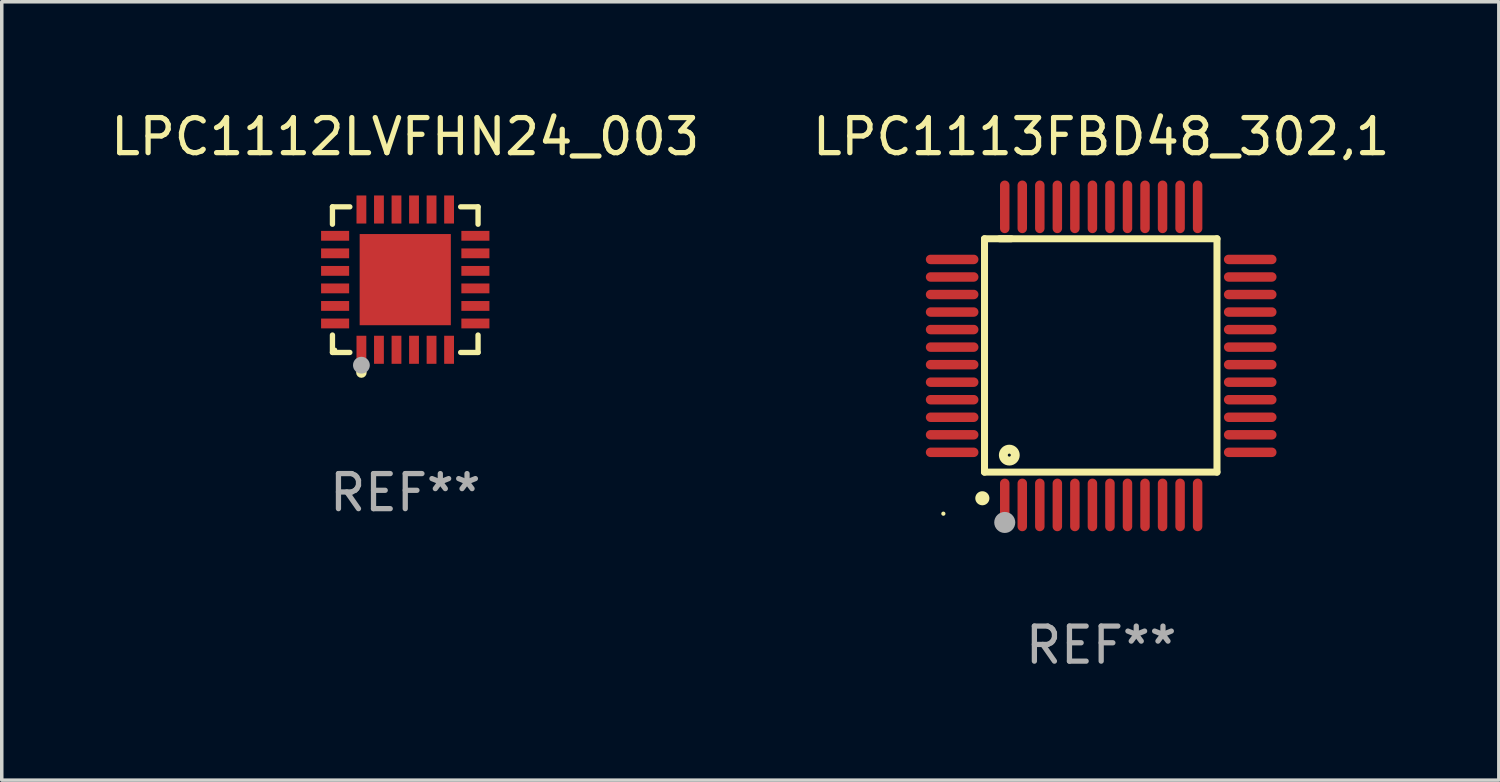
<source format=kicad_pcb>
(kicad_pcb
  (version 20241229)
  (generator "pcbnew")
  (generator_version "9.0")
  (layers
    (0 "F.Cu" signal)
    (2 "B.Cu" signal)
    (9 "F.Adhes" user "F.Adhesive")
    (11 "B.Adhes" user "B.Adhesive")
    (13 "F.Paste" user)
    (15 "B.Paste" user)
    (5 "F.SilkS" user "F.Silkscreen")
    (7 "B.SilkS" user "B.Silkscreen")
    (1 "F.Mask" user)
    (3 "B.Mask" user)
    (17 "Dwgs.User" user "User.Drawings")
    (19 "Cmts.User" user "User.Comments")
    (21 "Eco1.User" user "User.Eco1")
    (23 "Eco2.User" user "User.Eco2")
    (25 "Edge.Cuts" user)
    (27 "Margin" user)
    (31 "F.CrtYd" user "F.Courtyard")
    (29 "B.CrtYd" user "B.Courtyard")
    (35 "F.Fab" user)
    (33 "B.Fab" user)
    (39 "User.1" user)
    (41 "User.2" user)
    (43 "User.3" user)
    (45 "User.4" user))
  (footprint "LPC1113FBD48_302,1"
    (layer "F.Cu")
    (at 28.351 7.098)
    (property "Reference" "LPC1113FBD48_302,1" (at 0 -6.25 0) (layer "F.SilkS") (effects (font (size 1 1) (thickness 0.15))))
    (attr through_hole)
    (fp_line (start -3.327 -3.34) (end -2.565 -3.34) (stroke (width 0.2) (type solid)) (layer "F.SilkS"))
    (fp_line (start -3.327 3.315) (end -3.327 -3.34) (stroke (width 0.2) (type solid)) (layer "F.SilkS"))
    (fp_line (start -2.896 -3.34) (end 3.302 -3.34) (stroke (width 0.2) (type solid)) (layer "F.SilkS"))
    (fp_line (start 3.302 -3.34) (end 3.302 3.315) (stroke (width 0.2) (type solid)) (layer "F.SilkS"))
    (fp_line (start 3.302 3.315) (end -3.327 3.315) (stroke (width 0.2) (type solid)) (layer "F.SilkS"))
    (fp_arc (start -3.389992 4.059995) (mid -3.388722 4.059991) (end -3.387452 4.059995) (stroke (width 0.4) (type solid)) (layer "F.SilkS"))
    (fp_circle (center -4.5 4.5) (end -4.47 4.5) (stroke (width 0.06) (type solid)) (fill no) (layer "F.SilkS"))
    (fp_circle (center -2.62 2.83) (end -2.45 2.83) (stroke (width 0.254) (type solid)) (fill no) (layer "F.SilkS"))
    (fp_circle (center -2.75 4.75) (end -2.6 4.75) (stroke (width 0.3) (type solid)) (fill no) (layer "F.Fab"))
    (fp_text user "REF**" (at 0 8.25 0) (layer "F.Fab") (effects (font (size 1 1) (thickness 0.15))))
    (pad "1" smd oval (at -2.75 4.25) (size 0.27 1.5) (layers "F.Cu" "F.Mask" "F.Paste"))
    (pad "2" smd oval (at -2.25 4.25) (size 0.27 1.5) (layers "F.Cu" "F.Mask" "F.Paste"))
    (pad "3" smd oval (at -1.75 4.25) (size 0.27 1.5) (layers "F.Cu" "F.Mask" "F.Paste"))
    (pad "4" smd oval (at -1.25 4.25) (size 0.27 1.5) (layers "F.Cu" "F.Mask" "F.Paste"))
    (pad "5" smd oval (at -0.75 4.25) (size 0.27 1.5) (layers "F.Cu" "F.Mask" "F.Paste"))
    (pad "6" smd oval (at -0.25 4.25) (size 0.27 1.5) (layers "F.Cu" "F.Mask" "F.Paste"))
    (pad "7" smd oval (at 0.25 4.25) (size 0.27 1.5) (layers "F.Cu" "F.Mask" "F.Paste"))
    (pad "8" smd oval (at 0.75 4.25) (size 0.27 1.5) (layers "F.Cu" "F.Mask" "F.Paste"))
    (pad "9" smd oval (at 1.25 4.25) (size 0.27 1.5) (layers "F.Cu" "F.Mask" "F.Paste"))
    (pad "10" smd oval (at 1.75 4.25) (size 0.27 1.5) (layers "F.Cu" "F.Mask" "F.Paste"))
    (pad "11" smd oval (at 2.25 4.25) (size 0.27 1.5) (layers "F.Cu" "F.Mask" "F.Paste"))
    (pad "12" smd oval (at 2.75 4.25) (size 0.27 1.5) (layers "F.Cu" "F.Mask" "F.Paste"))
    (pad "13" smd oval (at 4.25 2.75) (size 1.5 0.27) (layers "F.Cu" "F.Mask" "F.Paste"))
    (pad "14" smd oval (at 4.25 2.25) (size 1.5 0.27) (layers "F.Cu" "F.Mask" "F.Paste"))
    (pad "15" smd oval (at 4.25 1.75) (size 1.5 0.27) (layers "F.Cu" "F.Mask" "F.Paste"))
    (pad "16" smd oval (at 4.25 1.25) (size 1.5 0.27) (layers "F.Cu" "F.Mask" "F.Paste"))
    (pad "17" smd oval (at 4.25 0.75) (size 1.5 0.27) (layers "F.Cu" "F.Mask" "F.Paste"))
    (pad "18" smd oval (at 4.25 0.25) (size 1.5 0.27) (layers "F.Cu" "F.Mask" "F.Paste"))
    (pad "19" smd oval (at 4.25 -0.25) (size 1.5 0.27) (layers "F.Cu" "F.Mask" "F.Paste"))
    (pad "20" smd oval (at 4.25 -0.75) (size 1.5 0.27) (layers "F.Cu" "F.Mask" "F.Paste"))
    (pad "21" smd oval (at 4.25 -1.25) (size 1.5 0.27) (layers "F.Cu" "F.Mask" "F.Paste"))
    (pad "22" smd oval (at 4.25 -1.75) (size 1.5 0.27) (layers "F.Cu" "F.Mask" "F.Paste"))
    (pad "23" smd oval (at 4.25 -2.25) (size 1.5 0.27) (layers "F.Cu" "F.Mask" "F.Paste"))
    (pad "24" smd oval (at 4.25 -2.75) (size 1.5 0.27) (layers "F.Cu" "F.Mask" "F.Paste"))
    (pad "25" smd oval (at 2.75 -4.25) (size 0.27 1.5) (layers "F.Cu" "F.Mask" "F.Paste"))
    (pad "26" smd oval (at 2.25 -4.25) (size 0.27 1.5) (layers "F.Cu" "F.Mask" "F.Paste"))
    (pad "27" smd oval (at 1.75 -4.25) (size 0.27 1.5) (layers "F.Cu" "F.Mask" "F.Paste"))
    (pad "28" smd oval (at 1.25 -4.25) (size 0.27 1.5) (layers "F.Cu" "F.Mask" "F.Paste"))
    (pad "29" smd oval (at 0.75 -4.25) (size 0.27 1.5) (layers "F.Cu" "F.Mask" "F.Paste"))
    (pad "30" smd oval (at 0.25 -4.25) (size 0.27 1.5) (layers "F.Cu" "F.Mask" "F.Paste"))
    (pad "31" smd oval (at -0.25 -4.25) (size 0.27 1.5) (layers "F.Cu" "F.Mask" "F.Paste"))
    (pad "32" smd oval (at -0.75 -4.25) (size 0.27 1.5) (layers "F.Cu" "F.Mask" "F.Paste"))
    (pad "33" smd oval (at -1.25 -4.25) (size 0.27 1.5) (layers "F.Cu" "F.Mask" "F.Paste"))
    (pad "34" smd oval (at -1.75 -4.25) (size 0.27 1.5) (layers "F.Cu" "F.Mask" "F.Paste"))
    (pad "35" smd oval (at -2.25 -4.25) (size 0.27 1.5) (layers "F.Cu" "F.Mask" "F.Paste"))
    (pad "36" smd oval (at -2.75 -4.25) (size 0.27 1.5) (layers "F.Cu" "F.Mask" "F.Paste"))
    (pad "37" smd oval (at -4.25 -2.75) (size 1.5 0.27) (layers "F.Cu" "F.Mask" "F.Paste"))
    (pad "38" smd oval (at -4.25 -2.25) (size 1.5 0.27) (layers "F.Cu" "F.Mask" "F.Paste"))
    (pad "39" smd oval (at -4.25 -1.75) (size 1.5 0.27) (layers "F.Cu" "F.Mask" "F.Paste"))
    (pad "40" smd oval (at -4.25 -1.25) (size 1.5 0.27) (layers "F.Cu" "F.Mask" "F.Paste"))
    (pad "41" smd oval (at -4.25 -0.75) (size 1.5 0.27) (layers "F.Cu" "F.Mask" "F.Paste"))
    (pad "42" smd oval (at -4.25 -0.25) (size 1.5 0.27) (layers "F.Cu" "F.Mask" "F.Paste"))
    (pad "43" smd oval (at -4.25 0.25) (size 1.5 0.27) (layers "F.Cu" "F.Mask" "F.Paste"))
    (pad "44" smd oval (at -4.25 0.75) (size 1.5 0.27) (layers "F.Cu" "F.Mask" "F.Paste"))
    (pad "45" smd oval (at -4.25 1.25) (size 1.5 0.27) (layers "F.Cu" "F.Mask" "F.Paste"))
    (pad "46" smd oval (at -4.25 1.75) (size 1.5 0.27) (layers "F.Cu" "F.Mask" "F.Paste"))
    (pad "47" smd oval (at -4.25 2.25) (size 1.5 0.27) (layers "F.Cu" "F.Mask" "F.Paste"))
    (pad "48" smd oval (at -4.25 2.75) (size 1.5 0.27) (layers "F.Cu" "F.Mask" "F.Paste")))
  (footprint "LPC1112LVFHN24_003"
    (layer "F.Cu")
    (at 8.506 4.924)
    (property "Reference" "LPC1112LVFHN24_003" (at 0 -4.076 0) (layer "F.SilkS") (effects (font (size 1 1) (thickness 0.15))))
    (attr through_hole)
    (fp_line (start -2.076 -2.076) (end -1.58 -2.076) (stroke (width 0.152) (type solid)) (layer "F.SilkS"))
    (fp_line (start -2.076 -1.58) (end -2.076 -2.076) (stroke (width 0.152) (type solid)) (layer "F.SilkS"))
    (fp_line (start -2.076 1.58) (end -2.076 2.076) (stroke (width 0.152) (type solid)) (layer "F.SilkS"))
    (fp_line (start -2.076 2.076) (end -1.58 2.076) (stroke (width 0.152) (type solid)) (layer "F.SilkS"))
    (fp_line (start 2.076 -2.076) (end 1.58 -2.076) (stroke (width 0.152) (type solid)) (layer "F.SilkS"))
    (fp_line (start 2.076 -1.58) (end 2.076 -2.076) (stroke (width 0.152) (type solid)) (layer "F.SilkS"))
    (fp_line (start 2.076 1.58) (end 2.076 2.076) (stroke (width 0.152) (type solid)) (layer "F.SilkS"))
    (fp_line (start 2.076 2.076) (end 1.58 2.076) (stroke (width 0.152) (type solid)) (layer "F.SilkS"))
    (fp_circle (center -2 2) (end -1.97 2) (stroke (width 0.06) (type solid)) (fill no) (layer "F.SilkS"))
    (fp_circle (center -1.25 2.65) (end -1.175 2.65) (stroke (width 0.15) (type solid)) (fill no) (layer "F.SilkS"))
    (fp_circle (center -1.25 2.44) (end -1.13 2.44) (stroke (width 0.24) (type solid)) (fill no) (layer "F.Fab"))
    (fp_text user "REF**" (at 0 6.076 0) (layer "F.Fab") (effects (font (size 1 1) (thickness 0.15))))
    (pad "1" smd rect (at -1.25 2) (size 0.28 0.8) (layers "F.Cu" "F.Mask" "F.Paste"))
    (pad "2" smd rect (at -0.75 2) (size 0.28 0.8) (layers "F.Cu" "F.Mask" "F.Paste"))
    (pad "3" smd rect (at -0.25 2) (size 0.28 0.8) (layers "F.Cu" "F.Mask" "F.Paste"))
    (pad "4" smd rect (at 0.25 2) (size 0.28 0.8) (layers "F.Cu" "F.Mask" "F.Paste"))
    (pad "5" smd rect (at 0.75 2) (size 0.28 0.8) (layers "F.Cu" "F.Mask" "F.Paste"))
    (pad "6" smd rect (at 1.25 2) (size 0.28 0.8) (layers "F.Cu" "F.Mask" "F.Paste"))
    (pad "7" smd rect (at 2 1.25) (size 0.8 0.28) (layers "F.Cu" "F.Mask" "F.Paste"))
    (pad "8" smd rect (at 2 0.75) (size 0.8 0.28) (layers "F.Cu" "F.Mask" "F.Paste"))
    (pad "9" smd rect (at 2 0.25) (size 0.8 0.28) (layers "F.Cu" "F.Mask" "F.Paste"))
    (pad "10" smd rect (at 2 -0.25) (size 0.8 0.28) (layers "F.Cu" "F.Mask" "F.Paste"))
    (pad "11" smd rect (at 2 -0.75) (size 0.8 0.28) (layers "F.Cu" "F.Mask" "F.Paste"))
    (pad "12" smd rect (at 2 -1.25) (size 0.8 0.28) (layers "F.Cu" "F.Mask" "F.Paste"))
    (pad "13" smd rect (at 1.25 -2) (size 0.28 0.8) (layers "F.Cu" "F.Mask" "F.Paste"))
    (pad "14" smd rect (at 0.75 -2) (size 0.28 0.8) (layers "F.Cu" "F.Mask" "F.Paste"))
    (pad "15" smd rect (at 0.25 -2) (size 0.28 0.8) (layers "F.Cu" "F.Mask" "F.Paste"))
    (pad "16" smd rect (at -0.25 -2) (size 0.28 0.8) (layers "F.Cu" "F.Mask" "F.Paste"))
    (pad "17" smd rect (at -0.75 -2) (size 0.28 0.8) (layers "F.Cu" "F.Mask" "F.Paste"))
    (pad "18" smd rect (at -1.25 -2) (size 0.28 0.8) (layers "F.Cu" "F.Mask" "F.Paste"))
    (pad "19" smd rect (at -2 -1.25) (size 0.8 0.28) (layers "F.Cu" "F.Mask" "F.Paste"))
    (pad "20" smd rect (at -2 -0.75) (size 0.8 0.28) (layers "F.Cu" "F.Mask" "F.Paste"))
    (pad "21" smd rect (at -2 -0.25) (size 0.8 0.28) (layers "F.Cu" "F.Mask" "F.Paste"))
    (pad "22" smd rect (at -2 0.25) (size 0.8 0.28) (layers "F.Cu" "F.Mask" "F.Paste"))
    (pad "23" smd rect (at -2 0.75) (size 0.8 0.28) (layers "F.Cu" "F.Mask" "F.Paste"))
    (pad "24" smd rect (at -2 1.25) (size 0.8 0.28) (layers "F.Cu" "F.Mask" "F.Paste"))
    (pad "25" smd rect (at 0 0) (size 2.6 2.6) (layers "F.Cu" "F.Mask" "F.Paste")))
  (gr_rect
    (start -3 -3)
    (end 39.69 19.196)
    (stroke (width 0.1) (type default))
    (fill no)
    (layer "Edge.Cuts")))
</source>
